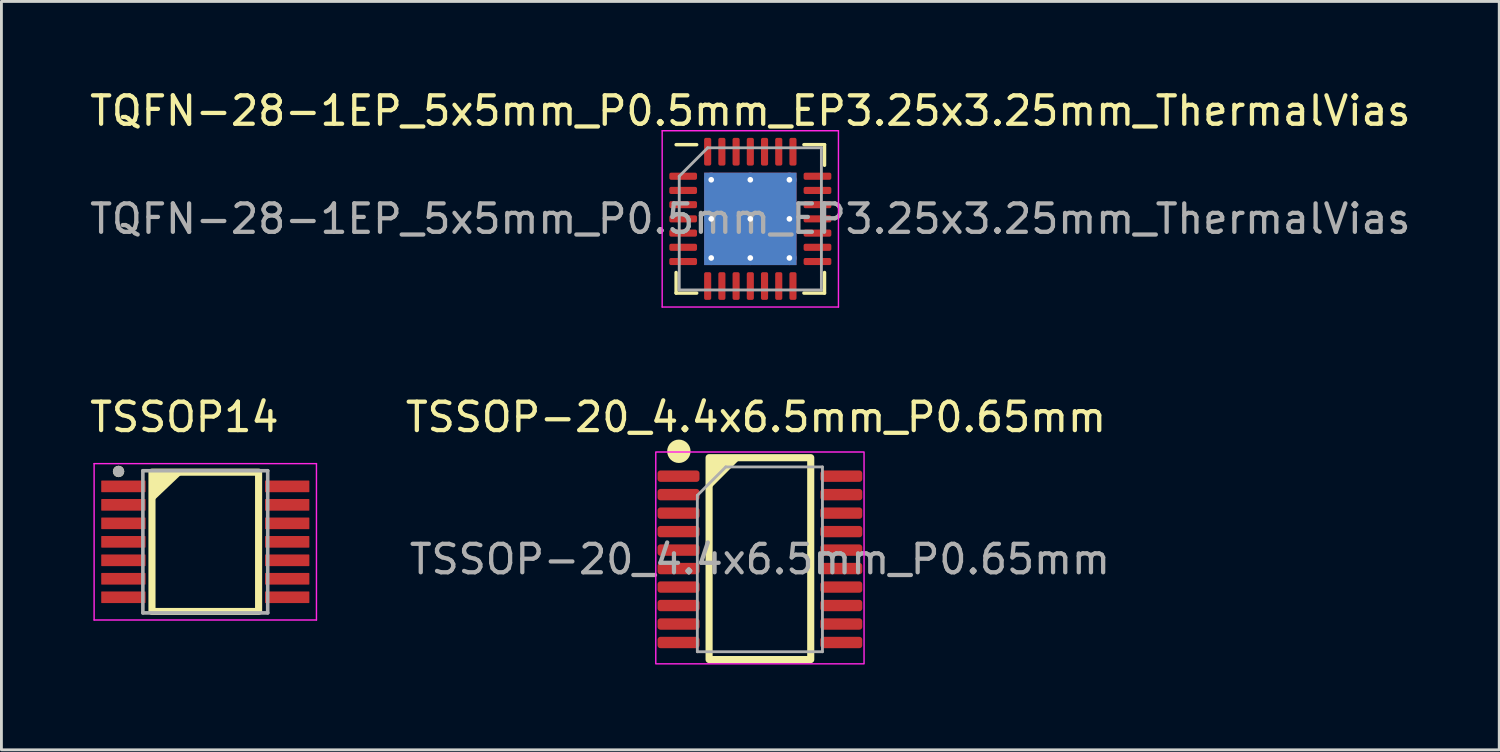
<source format=kicad_pcb>
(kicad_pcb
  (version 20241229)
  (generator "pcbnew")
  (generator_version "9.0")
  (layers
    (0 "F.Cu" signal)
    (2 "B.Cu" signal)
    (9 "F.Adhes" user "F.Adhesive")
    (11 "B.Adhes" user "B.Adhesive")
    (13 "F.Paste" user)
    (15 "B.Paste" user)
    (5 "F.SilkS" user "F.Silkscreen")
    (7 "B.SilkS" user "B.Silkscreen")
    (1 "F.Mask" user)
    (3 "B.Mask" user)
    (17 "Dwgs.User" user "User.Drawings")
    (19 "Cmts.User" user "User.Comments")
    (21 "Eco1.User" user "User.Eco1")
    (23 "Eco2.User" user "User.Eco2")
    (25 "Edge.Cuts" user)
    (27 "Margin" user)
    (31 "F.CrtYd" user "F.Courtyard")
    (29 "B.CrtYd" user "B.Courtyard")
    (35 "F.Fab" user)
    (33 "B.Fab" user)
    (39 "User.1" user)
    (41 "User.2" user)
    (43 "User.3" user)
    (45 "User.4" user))
  (footprint "TSSOP14"
    (layer "F.Cu")
    (at 4.17 16.006)
    (property "Reference" "TSSOP14" (at -0.735 -4.385 0) (layer "F.SilkS") (effects (font (size 1 1) (thickness 0.15))))
    (attr smd)
    (fp_rect (start -1.875 -2.45) (end 1.875 2.45) (stroke (width 0.25) (type solid)) (fill no) (layer "F.SilkS"))
    (fp_circle (center -3.05 -2.475) (end -2.95 -2.475) (stroke (width 0.2) (type solid)) (fill no) (layer "F.SilkS"))
    (fp_poly (pts (xy -1.858 -1.489) (xy -1.858 -2.439) (xy -0.858 -2.439)) (stroke (width 0.12) (type solid)) (fill yes) (layer "F.SilkS"))
    (fp_line (start -3.91 -2.75) (end -3.91 2.75) (stroke (width 0.05) (type solid)) (layer "F.CrtYd"))
    (fp_line (start -3.91 2.75) (end 3.91 2.75) (stroke (width 0.05) (type solid)) (layer "F.CrtYd"))
    (fp_line (start 3.91 -2.75) (end -3.91 -2.75) (stroke (width 0.05) (type solid)) (layer "F.CrtYd"))
    (fp_line (start 3.91 2.75) (end 3.91 -2.75) (stroke (width 0.05) (type solid)) (layer "F.CrtYd"))
    (fp_line (start -2.195 -2.5) (end -2.195 2.5) (stroke (width 0.127) (type solid)) (layer "F.Fab"))
    (fp_line (start -2.195 -2.5) (end 2.195 -2.5) (stroke (width 0.127) (type solid)) (layer "F.Fab"))
    (fp_line (start -2.195 2.5) (end 2.195 2.5) (stroke (width 0.127) (type solid)) (layer "F.Fab"))
    (fp_line (start 2.195 -2.5) (end 2.195 2.5) (stroke (width 0.127) (type solid)) (layer "F.Fab"))
    (fp_circle (center -3.05 -2.475) (end -2.95 -2.475) (stroke (width 0.2) (type solid)) (fill no) (layer "F.Fab"))
    (pad "1" smd roundrect (at -2.88 -1.95) (size 1.56 0.41) (layers "F.Cu" "F.Mask" "F.Paste") (roundrect_rratio 0.05))
    (pad "2" smd roundrect (at -2.88 -1.3) (size 1.56 0.41) (layers "F.Cu" "F.Mask" "F.Paste") (roundrect_rratio 0.05))
    (pad "3" smd roundrect (at -2.88 -0.65) (size 1.56 0.41) (layers "F.Cu" "F.Mask" "F.Paste") (roundrect_rratio 0.05))
    (pad "4" smd roundrect (at -2.88 0) (size 1.56 0.41) (layers "F.Cu" "F.Mask" "F.Paste") (roundrect_rratio 0.05))
    (pad "5" smd roundrect (at -2.88 0.65) (size 1.56 0.41) (layers "F.Cu" "F.Mask" "F.Paste") (roundrect_rratio 0.05))
    (pad "6" smd roundrect (at -2.88 1.3) (size 1.56 0.41) (layers "F.Cu" "F.Mask" "F.Paste") (roundrect_rratio 0.05))
    (pad "7" smd roundrect (at -2.88 1.95) (size 1.56 0.41) (layers "F.Cu" "F.Mask" "F.Paste") (roundrect_rratio 0.05))
    (pad "8" smd roundrect (at 2.88 1.95) (size 1.56 0.41) (layers "F.Cu" "F.Mask" "F.Paste") (roundrect_rratio 0.05))
    (pad "9" smd roundrect (at 2.88 1.3) (size 1.56 0.41) (layers "F.Cu" "F.Mask" "F.Paste") (roundrect_rratio 0.05))
    (pad "10" smd roundrect (at 2.88 0.65) (size 1.56 0.41) (layers "F.Cu" "F.Mask" "F.Paste") (roundrect_rratio 0.05))
    (pad "11" smd roundrect (at 2.88 0) (size 1.56 0.41) (layers "F.Cu" "F.Mask" "F.Paste") (roundrect_rratio 0.05))
    (pad "12" smd roundrect (at 2.88 -0.65) (size 1.56 0.41) (layers "F.Cu" "F.Mask" "F.Paste") (roundrect_rratio 0.05))
    (pad "13" smd roundrect (at 2.88 -1.3) (size 1.56 0.41) (layers "F.Cu" "F.Mask" "F.Paste") (roundrect_rratio 0.05))
    (pad "14" smd roundrect (at 2.88 -1.95) (size 1.56 0.41) (layers "F.Cu" "F.Mask" "F.Paste") (roundrect_rratio 0.05)))
  (footprint "TQFN-28-1EP_5x5mm_P0.5mm_EP3.25x3.25mm_ThermalVias"
    (layer "F.Cu")
    (at 23.339 4.648)
    (property "Reference" "TQFN-28-1EP_5x5mm_P0.5mm_EP3.25x3.25mm_ThermalVias" (at 0 -3.8 0) (layer "F.SilkS") (effects (font (size 1 1) (thickness 0.15))))
    (attr smd)
    (fp_line (start -2.61 2.61) (end -2.61 1.885) (stroke (width 0.12) (type solid)) (layer "F.SilkS"))
    (fp_line (start -1.885 -2.61) (end -2.61 -2.61) (stroke (width 0.12) (type solid)) (layer "F.SilkS"))
    (fp_line (start -1.885 2.61) (end -2.61 2.61) (stroke (width 0.12) (type solid)) (layer "F.SilkS"))
    (fp_line (start 1.885 -2.61) (end 2.61 -2.61) (stroke (width 0.12) (type solid)) (layer "F.SilkS"))
    (fp_line (start 1.885 2.61) (end 2.61 2.61) (stroke (width 0.12) (type solid)) (layer "F.SilkS"))
    (fp_line (start 2.61 -2.61) (end 2.61 -1.885) (stroke (width 0.12) (type solid)) (layer "F.SilkS"))
    (fp_line (start 2.61 2.61) (end 2.61 1.885) (stroke (width 0.12) (type solid)) (layer "F.SilkS"))
    (fp_line (start -3.1 -3.1) (end -3.1 3.1) (stroke (width 0.05) (type solid)) (layer "F.CrtYd"))
    (fp_line (start -3.1 3.1) (end 3.1 3.1) (stroke (width 0.05) (type solid)) (layer "F.CrtYd"))
    (fp_line (start 3.1 -3.1) (end -3.1 -3.1) (stroke (width 0.05) (type solid)) (layer "F.CrtYd"))
    (fp_line (start 3.1 3.1) (end 3.1 -3.1) (stroke (width 0.05) (type solid)) (layer "F.CrtYd"))
    (fp_line (start -2.5 -1.5) (end -1.5 -2.5) (stroke (width 0.1) (type solid)) (layer "F.Fab"))
    (fp_line (start -2.5 2.5) (end -2.5 -1.5) (stroke (width 0.1) (type solid)) (layer "F.Fab"))
    (fp_line (start -1.5 -2.5) (end 2.5 -2.5) (stroke (width 0.1) (type solid)) (layer "F.Fab"))
    (fp_line (start 2.5 -2.5) (end 2.5 2.5) (stroke (width 0.1) (type solid)) (layer "F.Fab"))
    (fp_line (start 2.5 2.5) (end -2.5 2.5) (stroke (width 0.1) (type solid)) (layer "F.Fab"))
    (fp_text user "${REFERENCE}" (at 0 0 0) (layer "F.Fab") (effects (font (size 1 1) (thickness 0.15))))
    (pad "" smd roundrect (at -0.81 -0.81) (size 1.41 1.41) (layers "F.Paste") (roundrect_rratio 0.177))
    (pad "" smd roundrect (at -0.81 0.81) (size 1.41 1.41) (layers "F.Paste") (roundrect_rratio 0.177))
    (pad "" smd roundrect (at 0.81 -0.81) (size 1.41 1.41) (layers "F.Paste") (roundrect_rratio 0.177))
    (pad "" smd roundrect (at 0.81 0.81) (size 1.41 1.41) (layers "F.Paste") (roundrect_rratio 0.177))
    (pad "1" smd roundrect (at -2.362 -1.5) (size 0.975 0.25) (layers "F.Cu" "F.Mask" "F.Paste") (roundrect_rratio 0.25))
    (pad "2" smd roundrect (at -2.362 -1) (size 0.975 0.25) (layers "F.Cu" "F.Mask" "F.Paste") (roundrect_rratio 0.25))
    (pad "3" smd roundrect (at -2.362 -0.5) (size 0.975 0.25) (layers "F.Cu" "F.Mask" "F.Paste") (roundrect_rratio 0.25))
    (pad "4" smd roundrect (at -2.362 0) (size 0.975 0.25) (layers "F.Cu" "F.Mask" "F.Paste") (roundrect_rratio 0.25))
    (pad "5" smd roundrect (at -2.362 0.5) (size 0.975 0.25) (layers "F.Cu" "F.Mask" "F.Paste") (roundrect_rratio 0.25))
    (pad "6" smd roundrect (at -2.362 1) (size 0.975 0.25) (layers "F.Cu" "F.Mask" "F.Paste") (roundrect_rratio 0.25))
    (pad "7" smd roundrect (at -2.362 1.5) (size 0.975 0.25) (layers "F.Cu" "F.Mask" "F.Paste") (roundrect_rratio 0.25))
    (pad "8" smd roundrect (at -1.5 2.362) (size 0.25 0.975) (layers "F.Cu" "F.Mask" "F.Paste") (roundrect_rratio 0.25))
    (pad "9" smd roundrect (at -1 2.362) (size 0.25 0.975) (layers "F.Cu" "F.Mask" "F.Paste") (roundrect_rratio 0.25))
    (pad "10" smd roundrect (at -0.5 2.362) (size 0.25 0.975) (layers "F.Cu" "F.Mask" "F.Paste") (roundrect_rratio 0.25))
    (pad "11" smd roundrect (at 0 2.362) (size 0.25 0.975) (layers "F.Cu" "F.Mask" "F.Paste") (roundrect_rratio 0.25))
    (pad "12" smd roundrect (at 0.5 2.362) (size 0.25 0.975) (layers "F.Cu" "F.Mask" "F.Paste") (roundrect_rratio 0.25))
    (pad "13" smd roundrect (at 1 2.362) (size 0.25 0.975) (layers "F.Cu" "F.Mask" "F.Paste") (roundrect_rratio 0.25))
    (pad "14" smd roundrect (at 1.5 2.362) (size 0.25 0.975) (layers "F.Cu" "F.Mask" "F.Paste") (roundrect_rratio 0.25))
    (pad "15" smd roundrect (at 2.362 1.5) (size 0.975 0.25) (layers "F.Cu" "F.Mask" "F.Paste") (roundrect_rratio 0.25))
    (pad "16" smd roundrect (at 2.362 1) (size 0.975 0.25) (layers "F.Cu" "F.Mask" "F.Paste") (roundrect_rratio 0.25))
    (pad "17" smd roundrect (at 2.362 0.5) (size 0.975 0.25) (layers "F.Cu" "F.Mask" "F.Paste") (roundrect_rratio 0.25))
    (pad "18" smd roundrect (at 2.362 0) (size 0.975 0.25) (layers "F.Cu" "F.Mask" "F.Paste") (roundrect_rratio 0.25))
    (pad "19" smd roundrect (at 2.362 -0.5) (size 0.975 0.25) (layers "F.Cu" "F.Mask" "F.Paste") (roundrect_rratio 0.25))
    (pad "20" smd roundrect (at 2.362 -1) (size 0.975 0.25) (layers "F.Cu" "F.Mask" "F.Paste") (roundrect_rratio 0.25))
    (pad "21" smd roundrect (at 2.362 -1.5) (size 0.975 0.25) (layers "F.Cu" "F.Mask" "F.Paste") (roundrect_rratio 0.25))
    (pad "22" smd roundrect (at 1.5 -2.362) (size 0.25 0.975) (layers "F.Cu" "F.Mask" "F.Paste") (roundrect_rratio 0.25))
    (pad "23" smd roundrect (at 1 -2.362) (size 0.25 0.975) (layers "F.Cu" "F.Mask" "F.Paste") (roundrect_rratio 0.25))
    (pad "24" smd roundrect (at 0.5 -2.362) (size 0.25 0.975) (layers "F.Cu" "F.Mask" "F.Paste") (roundrect_rratio 0.25))
    (pad "25" smd roundrect (at 0 -2.362) (size 0.25 0.975) (layers "F.Cu" "F.Mask" "F.Paste") (roundrect_rratio 0.25))
    (pad "26" smd roundrect (at -0.5 -2.362) (size 0.25 0.975) (layers "F.Cu" "F.Mask" "F.Paste") (roundrect_rratio 0.25))
    (pad "27" smd roundrect (at -1 -2.362) (size 0.25 0.975) (layers "F.Cu" "F.Mask" "F.Paste") (roundrect_rratio 0.25))
    (pad "28" smd roundrect (at -1.5 -2.362) (size 0.25 0.975) (layers "F.Cu" "F.Mask" "F.Paste") (roundrect_rratio 0.25))
    (pad "29" thru_hole circle (at -1.375 -1.375) (size 0.5 0.5) (drill 0.2) (layers "*.Cu"))
    (pad "29" thru_hole circle (at -1.375 0) (size 0.5 0.5) (drill 0.2) (layers "*.Cu"))
    (pad "29" thru_hole circle (at -1.375 1.375) (size 0.5 0.5) (drill 0.2) (layers "*.Cu"))
    (pad "29" thru_hole circle (at 0 -1.375) (size 0.5 0.5) (drill 0.2) (layers "*.Cu"))
    (pad "29" thru_hole circle (at 0 0) (size 0.5 0.5) (drill 0.2) (layers "*.Cu"))
    (pad "29" smd rect (at 0 0) (size 3.25 3.25) (layers "F.Cu" "F.Mask"))
    (pad "29" smd rect (at 0 0) (size 3.25 3.25) (layers "B.Cu"))
    (pad "29" thru_hole circle (at 0 1.375) (size 0.5 0.5) (drill 0.2) (layers "*.Cu"))
    (pad "29" thru_hole circle (at 1.375 -1.375) (size 0.5 0.5) (drill 0.2) (layers "*.Cu"))
    (pad "29" thru_hole circle (at 1.375 0) (size 0.5 0.5) (drill 0.2) (layers "*.Cu"))
    (pad "29" thru_hole circle (at 1.375 1.375) (size 0.5 0.5) (drill 0.2) (layers "*.Cu")))
  (footprint "TSSOP-20_4.4x6.5mm_P0.65mm"
    (layer "F.Cu")
    (at 23.764 16.547)
    (property "Reference" "TSSOP-20_4.4x6.5mm_P0.65mm" (at -0.225 -4.925 0) (layer "F.SilkS") (effects (font (size 1 1) (thickness 0.15))))
    (attr smd)
    (fp_rect (start -1.875 -3.5) (end 1.7 3.6) (stroke (width 0.25) (type solid)) (fill no) (layer "F.SilkS"))
    (fp_circle (center -2.938 -3.725) (end -2.587 -3.725) (stroke (width 0.12) (type solid)) (fill yes) (layer "F.SilkS"))
    (fp_poly (pts (xy -1.85 -2.475) (xy -1.85 -3.475) (xy -0.85 -3.475)) (stroke (width 0.12) (type solid)) (fill yes) (layer "F.SilkS"))
    (fp_rect (start -3.75 -3.7) (end 3.575 3.75) (stroke (width 0.05) (type solid)) (fill no) (layer "F.CrtYd"))
    (fp_line (start -2.288 -2.175) (end -1.288 -3.175) (stroke (width 0.1) (type solid)) (layer "F.Fab"))
    (fp_line (start -2.288 3.325) (end -2.288 -2.175) (stroke (width 0.1) (type solid)) (layer "F.Fab"))
    (fp_line (start -1.288 -3.175) (end 2.112 -3.175) (stroke (width 0.1) (type solid)) (layer "F.Fab"))
    (fp_line (start 2.112 -3.175) (end 2.112 3.325) (stroke (width 0.1) (type solid)) (layer "F.Fab"))
    (fp_line (start 2.112 3.325) (end -2.288 3.325) (stroke (width 0.1) (type solid)) (layer "F.Fab"))
    (fp_text user "${REFERENCE}" (at -0.087 0.075 0) (layer "F.Fab") (effects (font (size 1 1) (thickness 0.15))))
    (pad "1" smd roundrect (at -2.95 -2.85) (size 1.475 0.4) (layers "F.Cu" "F.Mask" "F.Paste") (roundrect_rratio 0.25))
    (pad "2" smd roundrect (at -2.95 -2.2) (size 1.475 0.4) (layers "F.Cu" "F.Mask" "F.Paste") (roundrect_rratio 0.25))
    (pad "3" smd roundrect (at -2.95 -1.55) (size 1.475 0.4) (layers "F.Cu" "F.Mask" "F.Paste") (roundrect_rratio 0.25))
    (pad "4" smd roundrect (at -2.95 -0.9) (size 1.475 0.4) (layers "F.Cu" "F.Mask" "F.Paste") (roundrect_rratio 0.25))
    (pad "5" smd roundrect (at -2.95 -0.25) (size 1.475 0.4) (layers "F.Cu" "F.Mask" "F.Paste") (roundrect_rratio 0.25))
    (pad "6" smd roundrect (at -2.95 0.4) (size 1.475 0.4) (layers "F.Cu" "F.Mask" "F.Paste") (roundrect_rratio 0.25))
    (pad "7" smd roundrect (at -2.95 1.05) (size 1.475 0.4) (layers "F.Cu" "F.Mask" "F.Paste") (roundrect_rratio 0.25))
    (pad "8" smd roundrect (at -2.95 1.7) (size 1.475 0.4) (layers "F.Cu" "F.Mask" "F.Paste") (roundrect_rratio 0.25))
    (pad "9" smd roundrect (at -2.95 2.35) (size 1.475 0.4) (layers "F.Cu" "F.Mask" "F.Paste") (roundrect_rratio 0.25))
    (pad "10" smd roundrect (at -2.95 3) (size 1.475 0.4) (layers "F.Cu" "F.Mask" "F.Paste") (roundrect_rratio 0.25))
    (pad "11" smd roundrect (at 2.775 3) (size 1.475 0.4) (layers "F.Cu" "F.Mask" "F.Paste") (roundrect_rratio 0.25))
    (pad "12" smd roundrect (at 2.775 2.35) (size 1.475 0.4) (layers "F.Cu" "F.Mask" "F.Paste") (roundrect_rratio 0.25))
    (pad "13" smd roundrect (at 2.775 1.7) (size 1.475 0.4) (layers "F.Cu" "F.Mask" "F.Paste") (roundrect_rratio 0.25))
    (pad "14" smd roundrect (at 2.775 1.05) (size 1.475 0.4) (layers "F.Cu" "F.Mask" "F.Paste") (roundrect_rratio 0.25))
    (pad "15" smd roundrect (at 2.775 0.4) (size 1.475 0.4) (layers "F.Cu" "F.Mask" "F.Paste") (roundrect_rratio 0.25))
    (pad "16" smd roundrect (at 2.775 -0.25) (size 1.475 0.4) (layers "F.Cu" "F.Mask" "F.Paste") (roundrect_rratio 0.25))
    (pad "17" smd roundrect (at 2.775 -0.9) (size 1.475 0.4) (layers "F.Cu" "F.Mask" "F.Paste") (roundrect_rratio 0.25))
    (pad "18" smd roundrect (at 2.775 -1.55) (size 1.475 0.4) (layers "F.Cu" "F.Mask" "F.Paste") (roundrect_rratio 0.25))
    (pad "19" smd roundrect (at 2.775 -2.2) (size 1.475 0.4) (layers "F.Cu" "F.Mask" "F.Paste") (roundrect_rratio 0.25))
    (pad "20" smd roundrect (at 2.775 -2.85) (size 1.475 0.4) (layers "F.Cu" "F.Mask" "F.Paste") (roundrect_rratio 0.25)))
  (gr_rect
    (start -3 -3)
    (end 49.679 23.322)
    (stroke (width 0.1) (type default))
    (fill no)
    (layer "Edge.Cuts")))
</source>
